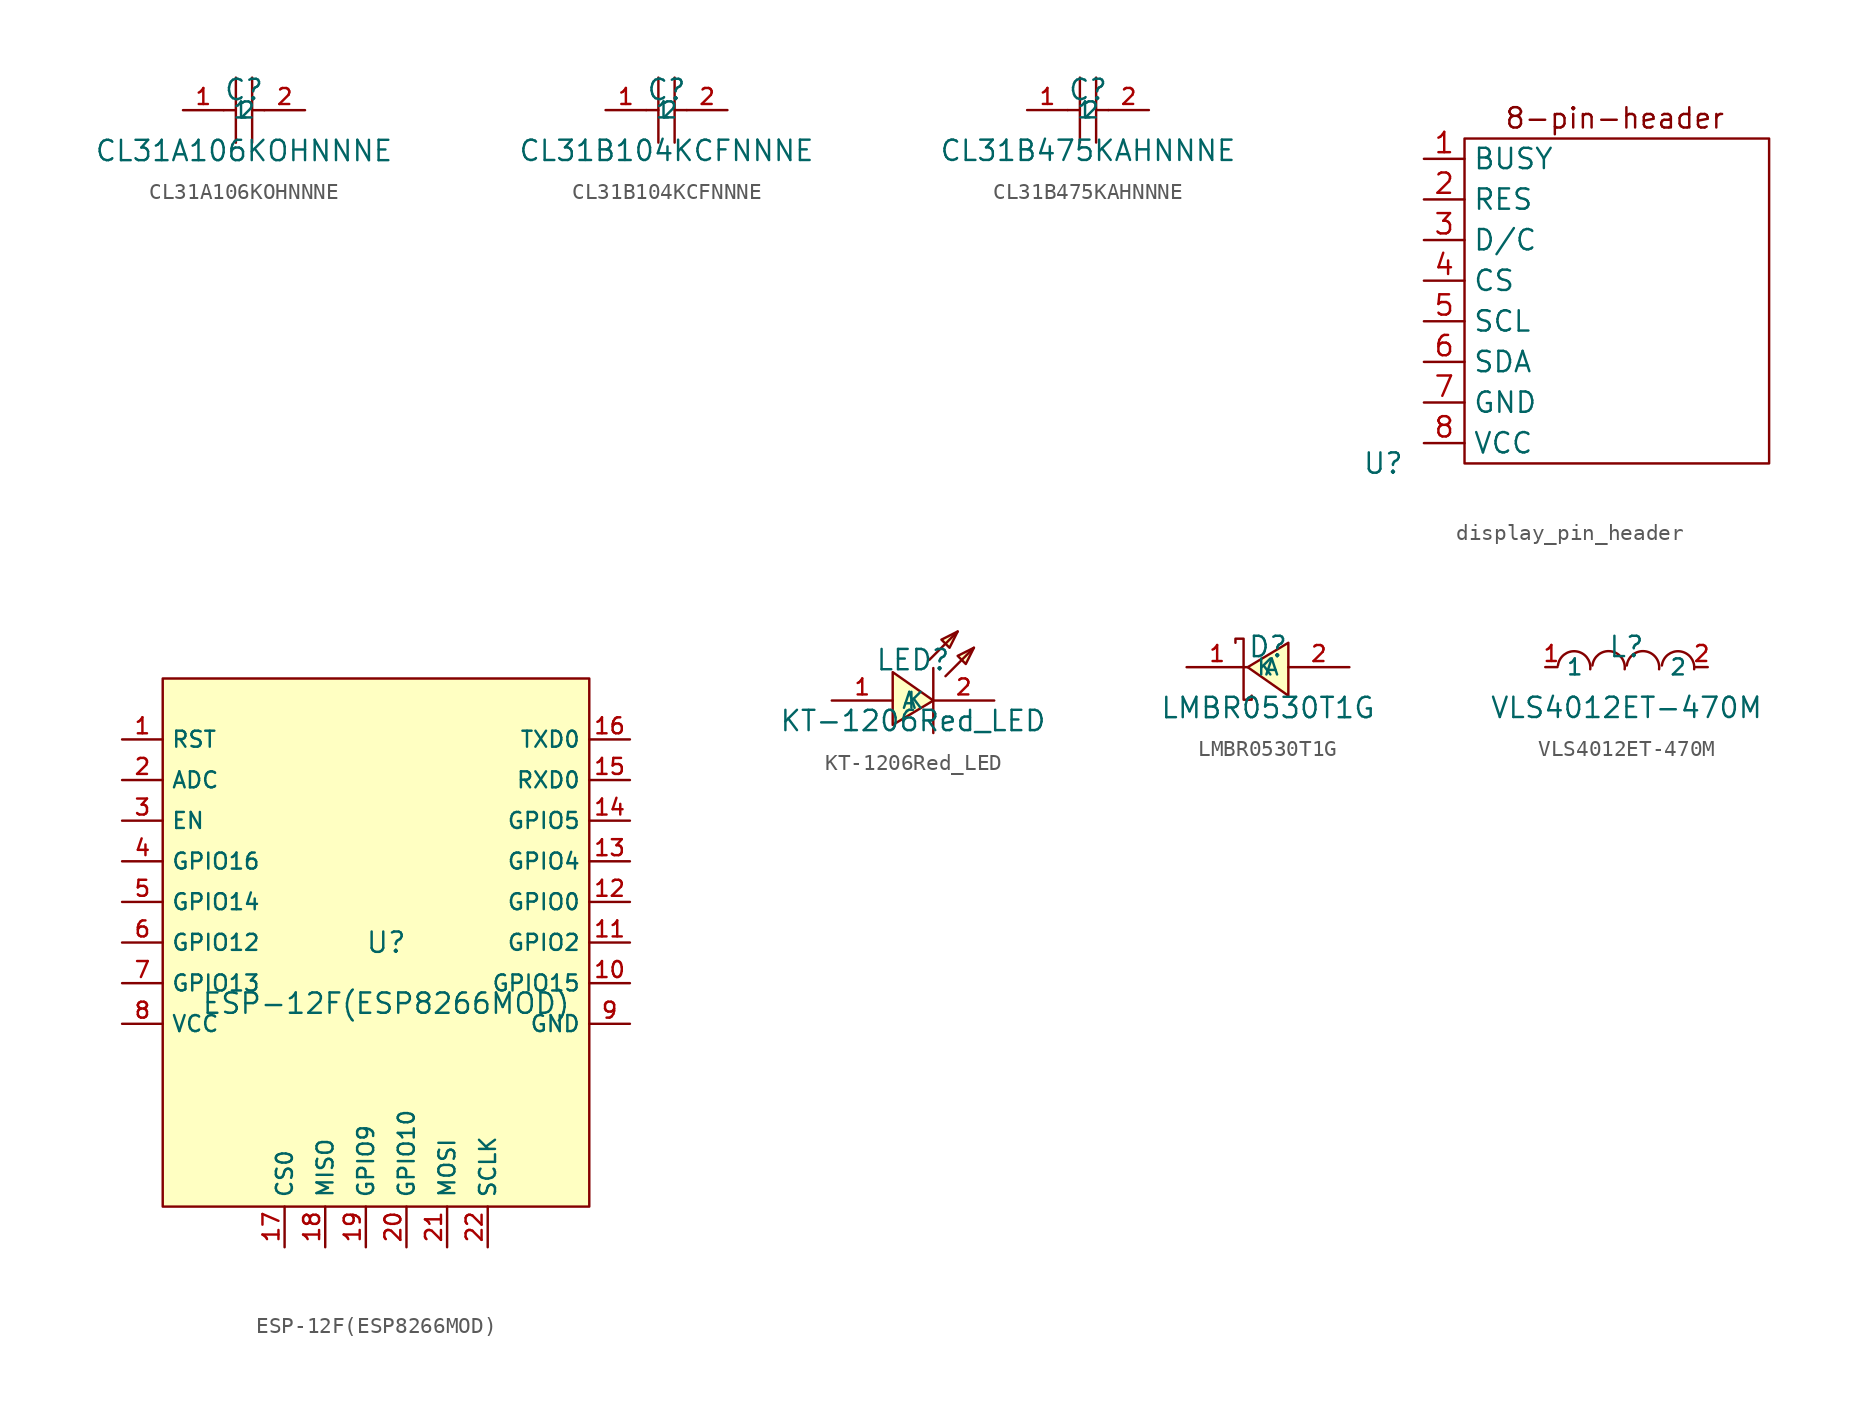
<source format=kicad_sym>
(kicad_symbol_lib
  (version 20241209)
  (generator "kicad_symbol_editor")
  (generator_version "9.0")
  (symbol "CL31A106KOHNNNE"
    (property "Reference" "C"
      (at 0 1.27 0)
      (effects (font (size 1.27 1.27))))
    (property "Value" "CL31A106KOHNNNE"
      (at 0 -2.54 0)
      (effects (font (size 1.27 1.27))))
    (symbol "CL31A106KOHNNNE_0_1"
      (polyline (pts (xy -1.27 0) (xy -0.508 0)) (stroke (width 0) (type default)) (fill (type none)))
      (polyline (pts (xy -0.508 2.032) (xy -0.508 -2.032)) (stroke (width 0) (type default)) (fill (type none)))
      (polyline (pts (xy 0.508 2.032) (xy 0.508 -2.032)) (stroke (width 0) (type default)) (fill (type none)))
      (polyline (pts (xy 0.508 0) (xy 1.27 0)) (stroke (width 0) (type default)) (fill (type none)))
      (pin input line (at -3.81 0 0) (length 2.54) (name "1" (effects (font (size 1 1)))) (number "1" (effects (font (size 1 1)))))
      (pin input line (at 3.81 0 180) (length 2.54) (name "2" (effects (font (size 1 1)))) (number "2" (effects (font (size 1 1)))))))
  (symbol "CL31B104KCFNNNE"
    (property "Reference" "C"
      (at 0 1.27 0)
      (effects (font (size 1.27 1.27))))
    (property "Value" "CL31B104KCFNNNE"
      (at 0 -2.54 0)
      (effects (font (size 1.27 1.27))))
    (symbol "CL31B104KCFNNNE_0_1"
      (polyline (pts (xy -1.27 0) (xy -0.508 0)) (stroke (width 0) (type default)) (fill (type none)))
      (polyline (pts (xy -0.508 2.032) (xy -0.508 -2.032)) (stroke (width 0) (type default)) (fill (type none)))
      (polyline (pts (xy 0.508 2.032) (xy 0.508 -2.032)) (stroke (width 0) (type default)) (fill (type none)))
      (polyline (pts (xy 0.508 0) (xy 1.27 0)) (stroke (width 0) (type default)) (fill (type none)))
      (pin input line (at -3.81 0 0) (length 2.54) (name "1" (effects (font (size 1 1)))) (number "1" (effects (font (size 1 1)))))
      (pin input line (at 3.81 0 180) (length 2.54) (name "2" (effects (font (size 1 1)))) (number "2" (effects (font (size 1 1)))))))
  (symbol "CL31B475KAHNNNE"
    (property "Reference" "C"
      (at 0 1.27 0)
      (effects (font (size 1.27 1.27))))
    (property "Value" "CL31B475KAHNNNE"
      (at 0 -2.54 0)
      (effects (font (size 1.27 1.27))))
    (symbol "CL31B475KAHNNNE_0_1"
      (polyline (pts (xy -1.27 0) (xy -0.508 0)) (stroke (width 0) (type default)) (fill (type none)))
      (polyline (pts (xy -0.508 2.032) (xy -0.508 -2.032)) (stroke (width 0) (type default)) (fill (type none)))
      (polyline (pts (xy 0.508 2.032) (xy 0.508 -2.032)) (stroke (width 0) (type default)) (fill (type none)))
      (polyline (pts (xy 0.508 0) (xy 1.27 0)) (stroke (width 0) (type default)) (fill (type none)))
      (pin input line (at -3.81 0 0) (length 2.54) (name "1" (effects (font (size 1 1)))) (number "1" (effects (font (size 1 1)))))
      (pin input line (at 3.81 0 180) (length 2.54) (name "2" (effects (font (size 1 1)))) (number "2" (effects (font (size 1 1)))))))
  (symbol "display_pin_header"
    (property "Reference" "U"
      (at 0 0 0)
      (effects (font (size 1.27 1.27))))
    (property "Value" ""
      (at 0 0 0)
      (effects (font (size 1.27 1.27))))
    (symbol "display_pin_header_0_1"
      (rectangle (start 5.08 20.32) (end 24.13 0) (stroke (width 0) (type default)) (fill (type none))))
    (symbol "display_pin_header_1_1"
      (text "8-pin-header" (at 14.478 21.59 0) (effects (font (size 1.27 1.27))))
      (pin input line (at 2.54 19.05 0) (length 2.54) (name "BUSY" (effects (font (size 1.27 1.27)))) (number "1" (effects (font (size 1.27 1.27)))))
      (pin input line (at 2.54 16.51 0) (length 2.54) (name "RES" (effects (font (size 1.27 1.27)))) (number "2" (effects (font (size 1.27 1.27)))))
      (pin input line (at 2.54 13.97 0) (length 2.54) (name "D/C" (effects (font (size 1.27 1.27)))) (number "3" (effects (font (size 1.27 1.27)))))
      (pin input line (at 2.54 11.43 0) (length 2.54) (name "CS" (effects (font (size 1.27 1.27)))) (number "4" (effects (font (size 1.27 1.27)))))
      (pin input line (at 2.54 8.89 0) (length 2.54) (name "SCL" (effects (font (size 1.27 1.27)))) (number "5" (effects (font (size 1.27 1.27)))))
      (pin input line (at 2.54 6.35 0) (length 2.54) (name "SDA" (effects (font (size 1.27 1.27)))) (number "6" (effects (font (size 1.27 1.27)))))
      (pin input line (at 2.54 3.81 0) (length 2.54) (name "GND" (effects (font (size 1.27 1.27)))) (number "7" (effects (font (size 1.27 1.27)))))
      (pin input line (at 2.54 1.27 0) (length 2.54) (name "VCC" (effects (font (size 1.27 1.27)))) (number "8" (effects (font (size 1.27 1.27)))))))
  (symbol "ESP-12F(ESP8266MOD)"
    (property "Reference" "U"
      (at 0 1.27 0)
      (effects (font (size 1.27 1.27))))
    (property "Value" "ESP-12F(ESP8266MOD)"
      (at 0 -2.54 0)
      (effects (font (size 1.27 1.27))))
    (symbol "ESP-12F(ESP8266MOD)_0_1"
      (rectangle (start -13.97 17.78) (end 12.7 -15.24) (stroke (width 0) (type default)) (fill (type background)))
      (pin unspecified line (at -16.51 13.97 0) (length 2.54) (name "RST" (effects (font (size 1 1)))) (number "1" (effects (font (size 1 1)))))
      (pin unspecified line (at -16.51 11.43 0) (length 2.54) (name "ADC" (effects (font (size 1 1)))) (number "2" (effects (font (size 1 1)))))
      (pin unspecified line (at -16.51 8.89 0) (length 2.54) (name "EN" (effects (font (size 1 1)))) (number "3" (effects (font (size 1 1)))))
      (pin unspecified line (at -16.51 6.35 0) (length 2.54) (name "GPIO16" (effects (font (size 1 1)))) (number "4" (effects (font (size 1 1)))))
      (pin unspecified line (at -16.51 3.81 0) (length 2.54) (name "GPIO14" (effects (font (size 1 1)))) (number "5" (effects (font (size 1 1)))))
      (pin unspecified line (at -16.51 1.27 0) (length 2.54) (name "GPIO12" (effects (font (size 1 1)))) (number "6" (effects (font (size 1 1)))))
      (pin unspecified line (at -16.51 -1.27 0) (length 2.54) (name "GPIO13" (effects (font (size 1 1)))) (number "7" (effects (font (size 1 1)))))
      (pin unspecified line (at -16.51 -3.81 0) (length 2.54) (name "VCC" (effects (font (size 1 1)))) (number "8" (effects (font (size 1 1)))))
      (pin unspecified line (at -6.35 -17.78 90) (length 2.54) (name "CS0" (effects (font (size 1 1)))) (number "17" (effects (font (size 1 1)))))
      (pin unspecified line (at -3.81 -17.78 90) (length 2.54) (name "MISO" (effects (font (size 1 1)))) (number "18" (effects (font (size 1 1)))))
      (pin unspecified line (at -1.27 -17.78 90) (length 2.54) (name "GPIO9" (effects (font (size 1 1)))) (number "19" (effects (font (size 1 1)))))
      (pin unspecified line (at 1.27 -17.78 90) (length 2.54) (name "GPIO10" (effects (font (size 1 1)))) (number "20" (effects (font (size 1 1)))))
      (pin unspecified line (at 3.81 -17.78 90) (length 2.54) (name "MOSI" (effects (font (size 1 1)))) (number "21" (effects (font (size 1 1)))))
      (pin unspecified line (at 6.35 -17.78 90) (length 2.54) (name "SCLK" (effects (font (size 1 1)))) (number "22" (effects (font (size 1 1)))))
      (pin unspecified line (at 15.24 13.97 180) (length 2.54) (name "TXD0" (effects (font (size 1 1)))) (number "16" (effects (font (size 1 1)))))
      (pin unspecified line (at 15.24 11.43 180) (length 2.54) (name "RXD0" (effects (font (size 1 1)))) (number "15" (effects (font (size 1 1)))))
      (pin unspecified line (at 15.24 8.89 180) (length 2.54) (name "GPIO5" (effects (font (size 1 1)))) (number "14" (effects (font (size 1 1)))))
      (pin unspecified line (at 15.24 6.35 180) (length 2.54) (name "GPIO4" (effects (font (size 1 1)))) (number "13" (effects (font (size 1 1)))))
      (pin unspecified line (at 15.24 3.81 180) (length 2.54) (name "GPIO0" (effects (font (size 1 1)))) (number "12" (effects (font (size 1 1)))))
      (pin unspecified line (at 15.24 1.27 180) (length 2.54) (name "GPIO2" (effects (font (size 1 1)))) (number "11" (effects (font (size 1 1)))))
      (pin unspecified line (at 15.24 -1.27 180) (length 2.54) (name "GPIO15" (effects (font (size 1 1)))) (number "10" (effects (font (size 1 1)))))
      (pin unspecified line (at 15.24 -3.81 180) (length 2.54) (name "GND" (effects (font (size 1 1)))) (number "9" (effects (font (size 1 1)))))))
  (symbol "KT-1206Red_LED"
    (property "Reference" "LED"
      (at 0 1.27 0)
      (effects (font (size 1.27 1.27))))
    (property "Value" "KT-1206Red_LED"
      (at 0 -2.54 0)
      (effects (font (size 1.27 1.27))))
    (symbol "KT-1206Red_LED_0_1"
      (polyline (pts (xy -1.27 -2.794) (xy 1.27 -1.27) (xy -1.27 0.508) (xy -1.27 -2.794)) (stroke (width 0) (type default)) (fill (type background)))
      (polyline (pts (xy 1.016 1.27) (xy 2.794 3.048)) (stroke (width 0) (type default)) (fill (type none)))
      (polyline (pts (xy 1.27 0.762) (xy 1.27 -3.302)) (stroke (width 0) (type default)) (fill (type none)))
      (polyline (pts (xy 2.032 0.254) (xy 3.81 2.032)) (stroke (width 0) (type default)) (fill (type none)))
      (polyline (pts (xy 2.794 3.048) (xy 1.778 2.54) (xy 2.286 2.032) (xy 2.794 3.048)) (stroke (width 0) (type default)) (fill (type background)))
      (polyline (pts (xy 3.81 2.032) (xy 2.794 1.524) (xy 3.302 1.016) (xy 3.81 2.032)) (stroke (width 0) (type default)) (fill (type background)))
      (pin unspecified line (at -5.08 -1.27 0) (length 3.81) (name "A" (effects (font (size 1 1)))) (number "1" (effects (font (size 1 1)))))
      (pin unspecified line (at 5.08 -1.27 180) (length 3.81) (name "K" (effects (font (size 1 1)))) (number "2" (effects (font (size 1 1)))))))
  (symbol "LMBR0530T1G"
    (property "Reference" "D"
      (at 0 1.27 0)
      (effects (font (size 1.27 1.27))))
    (property "Value" "LMBR0530T1G"
      (at 0 -2.54 0)
      (effects (font (size 1.27 1.27))))
    (symbol "LMBR0530T1G_0_1"
      (polyline (pts (xy -2.032 1.524) (xy -2.032 1.778) (xy -1.524 1.778) (xy -1.524 -2.032) (xy -1.016 -2.032) (xy -1.016 -1.778)) (stroke (width 0) (type default)) (fill (type none)))
      (polyline (pts (xy 1.27 1.524) (xy -1.27 0) (xy 1.27 -1.778) (xy 1.27 1.524)) (stroke (width 0) (type default)) (fill (type background)))
      (pin unspecified line (at -5.08 0 0) (length 3.81) (name "K" (effects (font (size 1 1)))) (number "1" (effects (font (size 1 1)))))
      (pin unspecified line (at 5.08 0 180) (length 3.81) (name "A" (effects (font (size 1 1)))) (number "2" (effects (font (size 1 1)))))))
  (symbol "VLS4012ET-470M"
    (property "Reference" "L"
      (at 0 1.27 0)
      (effects (font (size 1.27 1.27))))
    (property "Value" "VLS4012ET-470M"
      (at 0 -2.54 0)
      (effects (font (size 1.27 1.27))))
    (symbol "VLS4012ET-470M_0_1"
      (arc (start -4.2858 0.1011) (mid -3.1595 0.9883) (end -2.2674 -0.1341) (stroke (width 0) (type default)) (fill (type none)))
      (arc (start -2.1318 0.1001) (mid -1.0047 0.9914) (end -0.1135 -0.1357) (stroke (width 0) (type default)) (fill (type none)))
      (arc (start 0.0196 0.1001) (mid 1.1465 0.9912) (end 2.0378 -0.1357) (stroke (width 0) (type default)) (fill (type none)))
      (arc (start 2.2128 0.1011) (mid 3.339 0.9882) (end 4.2312 -0.1341) (stroke (width 0) (type default)) (fill (type none)))
      (pin unspecified line (at -5.08 0 0) (length 0.762) (name "1" (effects (font (size 1 1)))) (number "1" (effects (font (size 1 1)))))
      (pin unspecified line (at 5.08 0 180) (length 0.762) (name "2" (effects (font (size 1 1)))) (number "2" (effects (font (size 1 1))))))))
</source>
